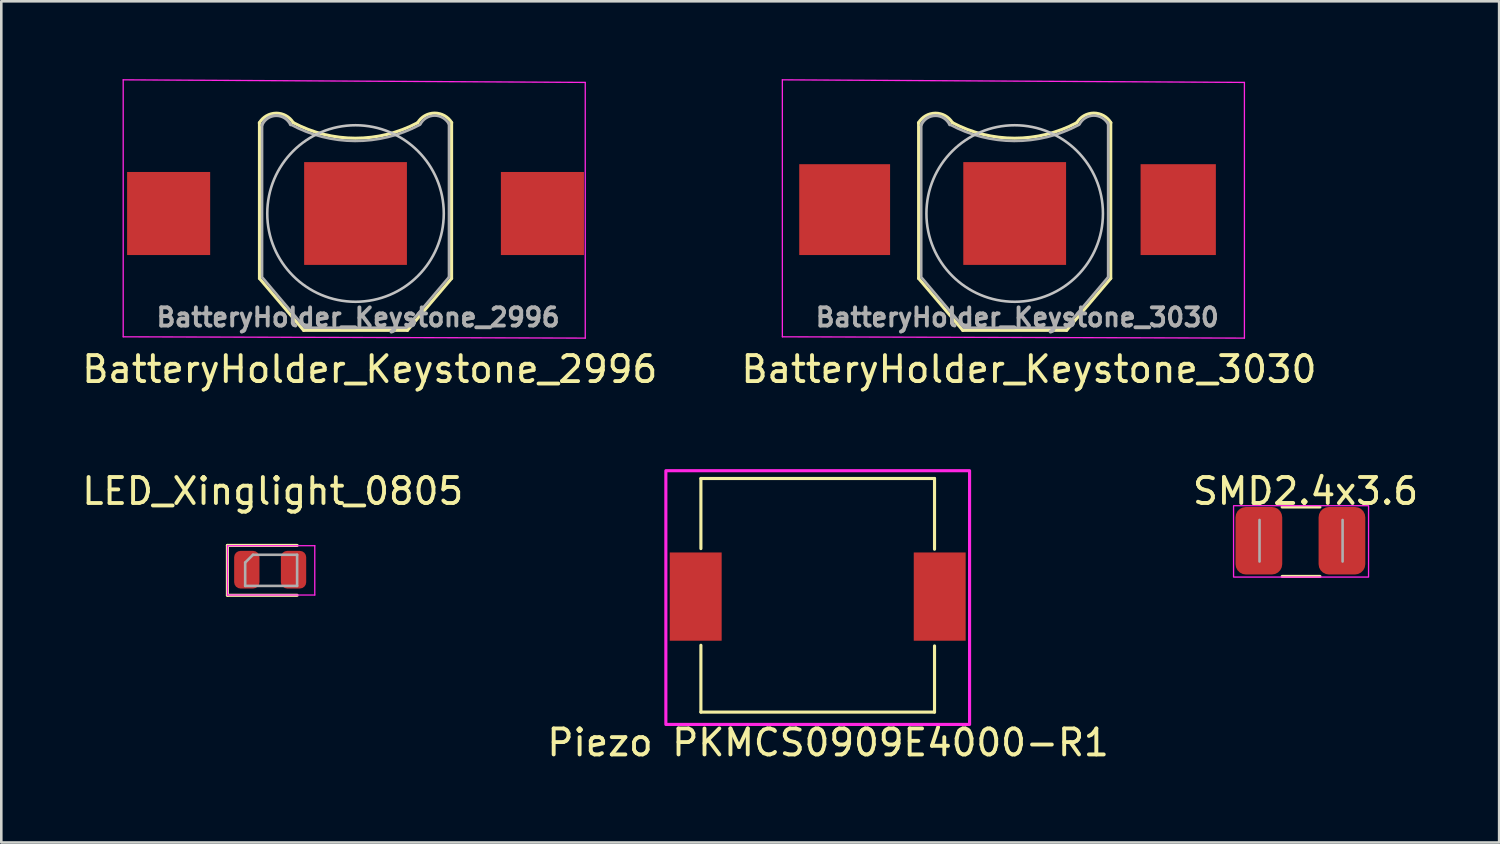
<source format=kicad_pcb>
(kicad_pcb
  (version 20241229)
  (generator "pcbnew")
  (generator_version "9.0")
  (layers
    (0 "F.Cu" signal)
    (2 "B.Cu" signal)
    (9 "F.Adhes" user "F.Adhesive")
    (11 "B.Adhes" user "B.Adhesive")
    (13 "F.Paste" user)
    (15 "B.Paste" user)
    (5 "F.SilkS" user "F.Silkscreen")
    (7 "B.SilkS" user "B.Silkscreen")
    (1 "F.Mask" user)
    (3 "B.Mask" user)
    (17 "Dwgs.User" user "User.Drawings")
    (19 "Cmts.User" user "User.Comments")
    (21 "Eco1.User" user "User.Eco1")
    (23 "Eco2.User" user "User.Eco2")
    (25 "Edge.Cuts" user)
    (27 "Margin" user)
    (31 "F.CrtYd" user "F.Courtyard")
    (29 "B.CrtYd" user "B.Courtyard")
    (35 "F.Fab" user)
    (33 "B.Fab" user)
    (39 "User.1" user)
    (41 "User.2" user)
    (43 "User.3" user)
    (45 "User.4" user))
  (footprint "BatteryHolder_Keystone_3030"
    (layer "F.Cu")
    (at 36.589 11.675)
    (property "Reference" "BatteryHolder_Keystone_3030" (at 0 -0.5 0) (unlocked yes) (layer "F.SilkS") (effects (font (size 1 1) (thickness 0.15))))
    (attr smd)
    (fp_line (start -4.25 -10) (end -4.25 -4) (stroke (width 0.12) (type solid)) (layer "F.SilkS"))
    (fp_line (start -2.55 -2) (end -4.25 -4) (stroke (width 0.12) (type solid)) (layer "F.SilkS"))
    (fp_line (start -2.55 -2) (end 1.45 -2) (stroke (width 0.12) (type solid)) (layer "F.SilkS"))
    (fp_line (start 1.45 -2) (end 3.15 -4) (stroke (width 0.12) (type solid)) (layer "F.SilkS"))
    (fp_line (start 3.15 -10) (end 3.15 -4) (stroke (width 0.12) (type solid)) (layer "F.SilkS"))
    (fp_arc (start -4.255648 -9.990673) (mid -3.605452 -10.363197) (end -2.95 -10) (stroke (width 0.12) (type solid)) (layer "F.SilkS"))
    (fp_arc (start 1.841383 -9.995415) (mid -0.55488 -9.400002) (end -2.95 -10) (stroke (width 0.12) (type solid)) (layer "F.SilkS"))
    (fp_arc (start 1.842627 -9.993972) (mid 2.496477 -10.366382) (end 3.153723 -10) (stroke (width 0.12) (type solid)) (layer "F.SilkS"))
    (fp_circle (center -0.55 -6.5) (end 2.85 -6.5) (stroke (width 0.1) (type solid)) (fill no) (layer "Dwgs.User"))
    (fp_line (start -9.5 -11.65) (end -9.5 -1.75) (stroke (width 0.05) (type solid)) (layer "F.CrtYd"))
    (fp_line (start -9.5 -1.75) (end 8.3 -1.7) (stroke (width 0.05) (type solid)) (layer "F.CrtYd"))
    (fp_line (start 8.3 -11.55) (end -9.5 -11.65) (stroke (width 0.05) (type solid)) (layer "F.CrtYd"))
    (fp_line (start 8.3 -1.7) (end 8.3 -11.55) (stroke (width 0.05) (type solid)) (layer "F.CrtYd"))
    (fp_line (start -4.15 -9.9) (end -4.15 -4.1) (stroke (width 0.1) (type solid)) (layer "F.Fab"))
    (fp_line (start -4.15 -4.05) (end -2.5 -2.1) (stroke (width 0.1) (type solid)) (layer "F.Fab"))
    (fp_line (start -2.5 -2.1) (end 1.4 -2.1) (stroke (width 0.1) (type solid)) (layer "F.Fab"))
    (fp_line (start 1.4 -2.1) (end 3.05 -4.05) (stroke (width 0.1) (type solid)) (layer "F.Fab"))
    (fp_line (start 3.05 -4.05) (end 3.05 -10) (stroke (width 0.1) (type solid)) (layer "F.Fab"))
    (fp_arc (start -4.157938 -9.901745) (mid -3.609953 -10.274071) (end -3.05 -9.92) (stroke (width 0.12) (type solid)) (layer "F.Fab"))
    (fp_arc (start 1.914098 -9.910669) (mid -0.570388 -9.294584) (end -3.05 -9.93) (stroke (width 0.1) (type solid)) (layer "F.Fab"))
    (fp_arc (start 1.9459 -9.932087) (mid 2.495544 -10.271756) (end 3.05 -9.94) (stroke (width 0.1) (type solid)) (layer "F.Fab"))
    (fp_text user "${REFERENCE}" (at -0.45 -2.5 0) (layer "F.Fab") (effects (font (size 0.7 0.7) (thickness 0.15))))
    (pad "1" smd rect (at -7.1 -6.65) (size 3.5 3.5) (layers "F.Cu" "F.Mask" "F.Paste"))
    (pad "1" smd rect (at 5.75 -6.65) (size 2.9 3.5) (layers "F.Cu" "F.Mask" "F.Paste"))
    (pad "2" smd rect (at -0.55 -6.5) (size 3.96 3.96) (layers "F.Cu" "F.Mask" "F.Paste")))
  (footprint "SMD2.4x3.6"
    (layer "F.Cu")
    (at 46.971 17.681)
    (property "Reference" "SMD2.4x3.6" (at 0.273 -1.81 0) (unlocked yes) (layer "F.SilkS") (effects (font (size 1 1) (thickness 0.15))))
    (attr smd)
    (fp_line (start -0.627 -1.2) (end 0.827 -1.2) (stroke (width 0.12) (type solid)) (layer "F.SilkS"))
    (fp_line (start -0.627 1.475) (end 0.827 1.475) (stroke (width 0.12) (type solid)) (layer "F.SilkS"))
    (fp_rect (start -2.5 -1.25) (end 2.7 1.5) (stroke (width 0.05) (type default)) (fill no) (layer "F.CrtYd"))
    (fp_line (start -1.5 0.9) (end -1.5 -0.7) (stroke (width 0.1) (type solid)) (layer "F.Fab"))
    (fp_line (start 1.7 -0.7) (end 1.7 0.9) (stroke (width 0.1) (type solid)) (layer "F.Fab"))
    (pad "1" smd roundrect (at -1.525 0.1) (size 1.8 2.6) (layers "F.Cu" "F.Mask" "F.Paste") (roundrect_rratio 0.222))
    (pad "2" smd roundrect (at 1.675 0.1) (size 1.8 2.6) (layers "F.Cu" "F.Mask" "F.Paste") (roundrect_rratio 0.222)))
  (footprint "LED_Xinglight_0805"
    (layer "F.Cu")
    (at 7.358 18.872)
    (property "Reference" "LED_Xinglight_0805" (at 0.1 -3 0) (unlocked yes) (layer "F.SilkS") (effects (font (size 1 1) (thickness 0.15))))
    (attr smd)
    (fp_line (start -1.647 -0.91) (end -1.647 1.01) (stroke (width 0.12) (type solid)) (layer "F.SilkS"))
    (fp_line (start -1.647 1.01) (end 1.038 1.01) (stroke (width 0.12) (type solid)) (layer "F.SilkS"))
    (fp_line (start 1.038 -0.91) (end -1.647 -0.91) (stroke (width 0.12) (type solid)) (layer "F.SilkS"))
    (fp_line (start -1.643 -0.9) (end 1.718 -0.9) (stroke (width 0.05) (type solid)) (layer "F.CrtYd"))
    (fp_line (start -1.643 1) (end -1.643 -0.9) (stroke (width 0.05) (type solid)) (layer "F.CrtYd"))
    (fp_line (start 1.718 -0.9) (end 1.718 1) (stroke (width 0.05) (type solid)) (layer "F.CrtYd"))
    (fp_line (start 1.718 1) (end -1.643 1) (stroke (width 0.05) (type solid)) (layer "F.CrtYd"))
    (fp_line (start -0.963 -0.25) (end -0.963 0.65) (stroke (width 0.1) (type solid)) (layer "F.Fab"))
    (fp_line (start -0.963 0.65) (end 1.038 0.65) (stroke (width 0.1) (type solid)) (layer "F.Fab"))
    (fp_line (start -0.662 -0.55) (end -0.963 -0.25) (stroke (width 0.1) (type solid)) (layer "F.Fab"))
    (fp_line (start 1.038 -0.55) (end -0.662 -0.55) (stroke (width 0.1) (type solid)) (layer "F.Fab"))
    (fp_line (start 1.038 0.65) (end 1.038 -0.55) (stroke (width 0.1) (type solid)) (layer "F.Fab"))
    (pad "1" smd roundrect (at -0.9 0.025) (size 0.975 1.45) (layers "F.Cu" "F.Mask" "F.Paste") (roundrect_rratio 0.25))
    (pad "2" smd roundrect (at 0.9 0.025) (size 0.975 1.45) (layers "F.Cu" "F.Mask" "F.Paste") (roundrect_rratio 0.25)))
  (footprint "Piezo PKMCS0909E4000-R1"
    (layer "F.Cu")
    (at 28.451 19.883)
    (property "Reference" "Piezo PKMCS0909E4000-R1" (at 0.4 5.675 0) (unlocked yes) (layer "F.SilkS") (effects (font (size 1 1) (thickness 0.15))))
    (attr smd)
    (fp_line (start -4.5 -4.5) (end -4.5 -1.8) (stroke (width 0.12) (type default)) (layer "F.SilkS"))
    (fp_line (start -4.5 4.5) (end -4.5 1.925) (stroke (width 0.12) (type default)) (layer "F.SilkS"))
    (fp_line (start -4.5 4.5) (end 4.5 4.5) (stroke (width 0.12) (type default)) (layer "F.SilkS"))
    (fp_line (start 4.5 -4.5) (end -4.5 -4.5) (stroke (width 0.12) (type default)) (layer "F.SilkS"))
    (fp_line (start 4.5 -4.5) (end 4.5 -1.775) (stroke (width 0.12) (type default)) (layer "F.SilkS"))
    (fp_line (start 4.5 4.5) (end 4.5 1.95) (stroke (width 0.12) (type default)) (layer "F.SilkS"))
    (fp_rect (start -5.85 -4.8) (end 5.85 4.975) (stroke (width 0.12) (type default)) (fill no) (layer "F.CrtYd"))
    (pad "1" smd rect (at -4.7 0.05) (size 2 3.4) (layers "F.Cu" "F.Mask" "F.Paste"))
    (pad "2" smd rect (at 4.7 0.05) (size 2 3.4) (layers "F.Cu" "F.Mask" "F.Paste")))
  (footprint "BatteryHolder_Keystone_2996"
    (layer "F.Cu")
    (at 11.196 11.675)
    (property "Reference" "BatteryHolder_Keystone_2996" (at 0 -0.5 0) (unlocked yes) (layer "F.SilkS") (effects (font (size 1 1) (thickness 0.15))))
    (attr smd)
    (fp_line (start -4.25 -10) (end -4.25 -4) (stroke (width 0.12) (type solid)) (layer "F.SilkS"))
    (fp_line (start -2.55 -2) (end -4.25 -4) (stroke (width 0.12) (type solid)) (layer "F.SilkS"))
    (fp_line (start -2.55 -2) (end 1.45 -2) (stroke (width 0.12) (type solid)) (layer "F.SilkS"))
    (fp_line (start 1.45 -2) (end 3.15 -4) (stroke (width 0.12) (type solid)) (layer "F.SilkS"))
    (fp_line (start 3.15 -10) (end 3.15 -4) (stroke (width 0.12) (type solid)) (layer "F.SilkS"))
    (fp_arc (start -4.255648 -9.990673) (mid -3.605452 -10.363197) (end -2.95 -10) (stroke (width 0.12) (type solid)) (layer "F.SilkS"))
    (fp_arc (start 1.841383 -9.995415) (mid -0.55488 -9.400002) (end -2.95 -10) (stroke (width 0.12) (type solid)) (layer "F.SilkS"))
    (fp_arc (start 1.842627 -9.993972) (mid 2.496477 -10.366382) (end 3.153723 -10) (stroke (width 0.12) (type solid)) (layer "F.SilkS"))
    (fp_circle (center -0.55 -6.5) (end 2.85 -6.5) (stroke (width 0.1) (type solid)) (fill no) (layer "Dwgs.User"))
    (fp_line (start -9.5 -11.65) (end -9.5 -1.75) (stroke (width 0.05) (type solid)) (layer "F.CrtYd"))
    (fp_line (start -9.5 -1.75) (end 8.3 -1.7) (stroke (width 0.05) (type solid)) (layer "F.CrtYd"))
    (fp_line (start 8.3 -11.55) (end -9.5 -11.65) (stroke (width 0.05) (type solid)) (layer "F.CrtYd"))
    (fp_line (start 8.3 -1.7) (end 8.3 -11.55) (stroke (width 0.05) (type solid)) (layer "F.CrtYd"))
    (fp_line (start -4.15 -9.9) (end -4.15 -4.1) (stroke (width 0.1) (type solid)) (layer "F.Fab"))
    (fp_line (start -4.15 -4.05) (end -2.5 -2.1) (stroke (width 0.1) (type solid)) (layer "F.Fab"))
    (fp_line (start -2.5 -2.1) (end 1.4 -2.1) (stroke (width 0.1) (type solid)) (layer "F.Fab"))
    (fp_line (start 1.4 -2.1) (end 3.05 -4.05) (stroke (width 0.1) (type solid)) (layer "F.Fab"))
    (fp_line (start 3.05 -4.05) (end 3.05 -10) (stroke (width 0.1) (type solid)) (layer "F.Fab"))
    (fp_arc (start -4.157938 -9.901745) (mid -3.609953 -10.274071) (end -3.05 -9.92) (stroke (width 0.12) (type solid)) (layer "F.Fab"))
    (fp_arc (start 1.914098 -9.910669) (mid -0.570388 -9.294584) (end -3.05 -9.93) (stroke (width 0.1) (type solid)) (layer "F.Fab"))
    (fp_arc (start 1.9459 -9.932087) (mid 2.495544 -10.271756) (end 3.05 -9.94) (stroke (width 0.1) (type solid)) (layer "F.Fab"))
    (fp_text user "${REFERENCE}" (at -0.45 -2.5 0) (layer "F.Fab") (effects (font (size 0.7 0.7) (thickness 0.15))))
    (pad "1" smd rect (at -7.75 -6.5) (size 3.2 3.2) (layers "F.Cu" "F.Mask" "F.Paste"))
    (pad "1" smd rect (at 6.65 -6.5) (size 3.2 3.2) (layers "F.Cu" "F.Mask" "F.Paste"))
    (pad "2" smd rect (at -0.55 -6.5) (size 3.96 3.96) (layers "F.Cu" "F.Mask" "F.Paste")))
  (gr_rect
    (start -3 -3)
    (end 54.702 29.407)
    (stroke (width 0.1) (type default))
    (fill no)
    (layer "Edge.Cuts")))
</source>
